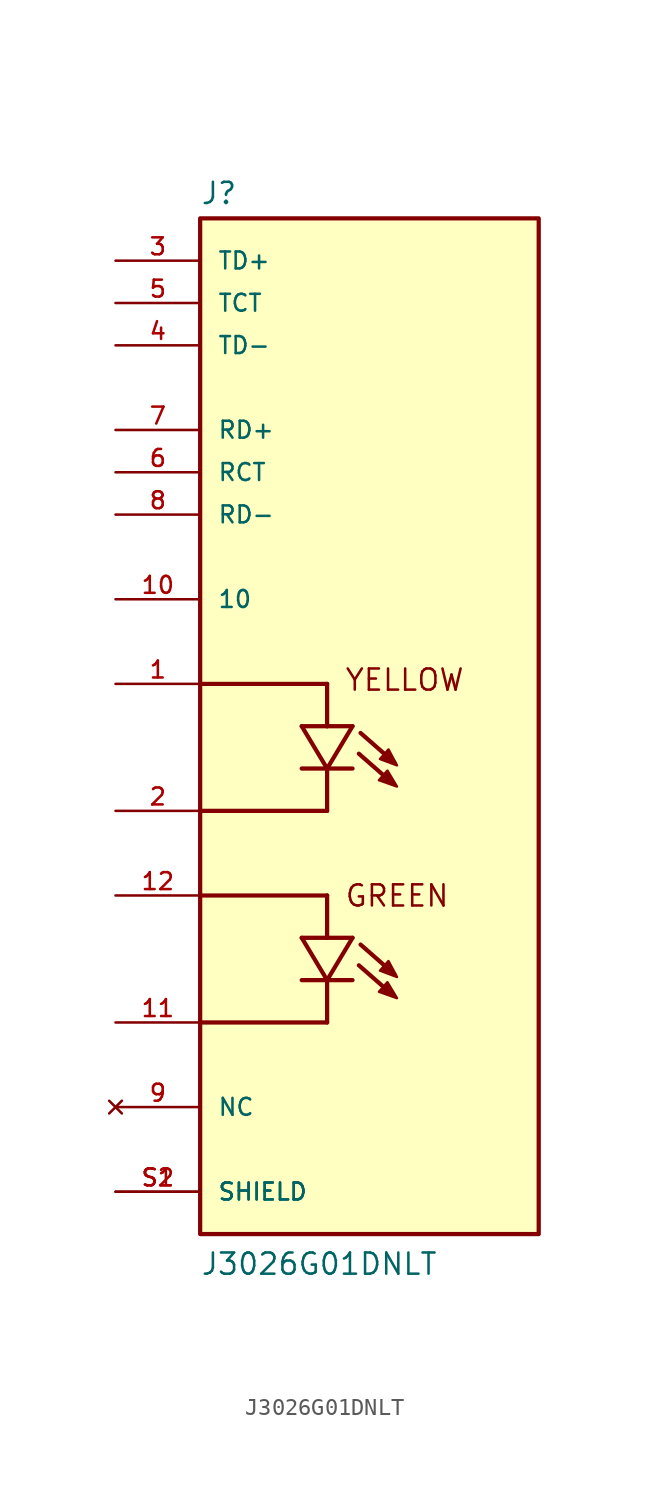
<source format=kicad_sym>
(kicad_symbol_lib
  (version 20211014)
  (generator kicad_symbol_editor)
  (symbol "J3026G01DNLT"
    (pin_names
      (offset 1.016))
    (property "Reference" "J"
      (at -10.16 31.242 0)
      (effects (font (size 1.27 1.27)) (justify bottom left)))
    (property "Value" "J3026G01DNLT"
      (at -10.16 -33.02 0)
      (effects (font (size 1.27 1.27)) (justify bottom left)))
    (symbol "J3026G01DNLT_0_0"
      (polyline (pts (xy -1.016 0.0) (xy -2.54 0.0)) (stroke (width 0.254)))
      (polyline (pts (xy -2.54 0.0) (xy -4.064 0.0)) (stroke (width 0.254)))
      (polyline (pts (xy -4.064 0.0) (xy -2.54 -2.54)) (stroke (width 0.254)))
      (polyline (pts (xy -2.54 -2.54) (xy -1.016 0.0)) (stroke (width 0.254)))
      (polyline (pts (xy -1.016 -2.54) (xy -2.54 -2.54)) (stroke (width 0.254)))
      (polyline (pts (xy -2.54 -2.54) (xy -4.064 -2.54)) (stroke (width 0.254)))
      (polyline (pts (xy 1.397 -3.429) (xy -0.635 -1.651)) (stroke (width 0.254)))
      (polyline (pts (xy 1.499 -2.184) (xy -0.533 -0.406)) (stroke (width 0.254)))
      (polyline (pts (xy 1.143 -1.397) (xy 0.635 -1.968) (xy 1.651 -2.349) (xy 1.143 -1.397)) (stroke (width 0.152)) (fill (type outline)))
      (polyline (pts (xy 1.079 -2.667) (xy 0.572 -3.239) (xy 1.651 -3.619) (xy 1.079 -2.667)) (stroke (width 0.152)) (fill (type outline)))
      (polyline (pts (xy -1.016 -12.7) (xy -2.54 -12.7)) (stroke (width 0.254)))
      (polyline (pts (xy -2.54 -12.7) (xy -4.064 -12.7)) (stroke (width 0.254)))
      (polyline (pts (xy -4.064 -12.7) (xy -2.54 -15.24)) (stroke (width 0.254)))
      (polyline (pts (xy -2.54 -15.24) (xy -1.016 -12.7)) (stroke (width 0.254)))
      (polyline (pts (xy -1.016 -15.24) (xy -2.54 -15.24)) (stroke (width 0.254)))
      (polyline (pts (xy -2.54 -15.24) (xy -4.064 -15.24)) (stroke (width 0.254)))
      (polyline (pts (xy 1.397 -16.129) (xy -0.635 -14.351)) (stroke (width 0.254)))
      (polyline (pts (xy 1.499 -14.884) (xy -0.533 -13.106)) (stroke (width 0.254)))
      (polyline (pts (xy 1.143 -14.097) (xy 0.635 -14.668) (xy 1.651 -15.05) (xy 1.143 -14.097)) (stroke (width 0.152)) (fill (type outline)))
      (polyline (pts (xy 1.079 -15.367) (xy 0.572 -15.938) (xy 1.651 -16.32) (xy 1.079 -15.367)) (stroke (width 0.152)) (fill (type outline)))
      (polyline (pts (xy -2.54 2.54) (xy -10.16 2.54)) (stroke (width 0.254)))
      (polyline (pts (xy -2.54 2.54) (xy -2.54 0.0)) (stroke (width 0.254)))
      (polyline (pts (xy -10.16 -5.08) (xy -2.54 -5.08)) (stroke (width 0.254)))
      (polyline (pts (xy -2.54 -2.54) (xy -2.54 -5.08)) (stroke (width 0.254)))
      (polyline (pts (xy -10.16 -10.16) (xy -2.54 -10.16)) (stroke (width 0.254)))
      (polyline (pts (xy -10.16 -17.78) (xy -2.54 -17.78)) (stroke (width 0.254)))
      (polyline (pts (xy -2.54 -10.16) (xy -2.54 -12.7)) (stroke (width 0.254)))
      (polyline (pts (xy -2.54 -15.24) (xy -2.54 -17.78)) (stroke (width 0.254)))
      (text "YELLOW" (at -1.524 2.032 0) (effects (font (size 1.27 1.27)) (justify bottom left)))
      (text "GREEN" (at -1.524 -10.922 0) (effects (font (size 1.27 1.27)) (justify bottom left)))
      (rectangle (start -10.16 -30.48) (end 10.16 30.48) (stroke (width 0.254)) (fill (type background)))
      (pin passive line (at -15.24 27.94 0) (length 5.08) (name "TD+" (effects (font (size 1.016 1.016)))) (number "3" (effects (font (size 1.016 1.016)))))
      (pin passive line (at -15.24 25.4 0) (length 5.08) (name "TCT" (effects (font (size 1.016 1.016)))) (number "5" (effects (font (size 1.016 1.016)))))
      (pin passive line (at -15.24 22.86 0) (length 5.08) (name "TD-" (effects (font (size 1.016 1.016)))) (number "4" (effects (font (size 1.016 1.016)))))
      (pin passive line (at -15.24 17.78 0) (length 5.08) (name "RD+" (effects (font (size 1.016 1.016)))) (number "7" (effects (font (size 1.016 1.016)))))
      (pin passive line (at -15.24 15.24 0) (length 5.08) (name "RCT" (effects (font (size 1.016 1.016)))) (number "6" (effects (font (size 1.016 1.016)))))
      (pin passive line (at -15.24 12.7 0) (length 5.08) (name "RD-" (effects (font (size 1.016 1.016)))) (number "8" (effects (font (size 1.016 1.016)))))
      (pin passive line (at -15.24 7.62 0) (length 5.08) (name "10" (effects (font (size 1.016 1.016)))) (number "10" (effects (font (size 1.016 1.016)))))
      (pin no_connect line (at -15.24 -22.86 0) (length 5.08) (name "NC" (effects (font (size 1.016 1.016)))) (number "9" (effects (font (size 1.016 1.016)))))
      (pin passive line (at -15.24 -27.94 0) (length 5.08) (name "SHIELD" (effects (font (size 1.016 1.016)))) (number "S1" (effects (font (size 1.016 1.016)))))
      (pin passive line (at -15.24 -27.94 0) (length 5.08) (name "SHIELD" (effects (font (size 1.016 1.016)))) (number "S2" (effects (font (size 1.016 1.016)))))
      (pin passive line (at -15.24 2.54 0) (length 5.08) (name "~" (effects (font (size 1.016 1.016)))) (number "1" (effects (font (size 1.016 1.016)))))
      (pin passive line (at -15.24 -5.08 0) (length 5.08) (name "~" (effects (font (size 1.016 1.016)))) (number "2" (effects (font (size 1.016 1.016)))))
      (pin passive line (at -15.24 -10.16 0) (length 5.08) (name "~" (effects (font (size 1.016 1.016)))) (number "12" (effects (font (size 1.016 1.016)))))
      (pin passive line (at -15.24 -17.78 0) (length 5.08) (name "~" (effects (font (size 1.016 1.016)))) (number "11" (effects (font (size 1.016 1.016))))))))
</source>
